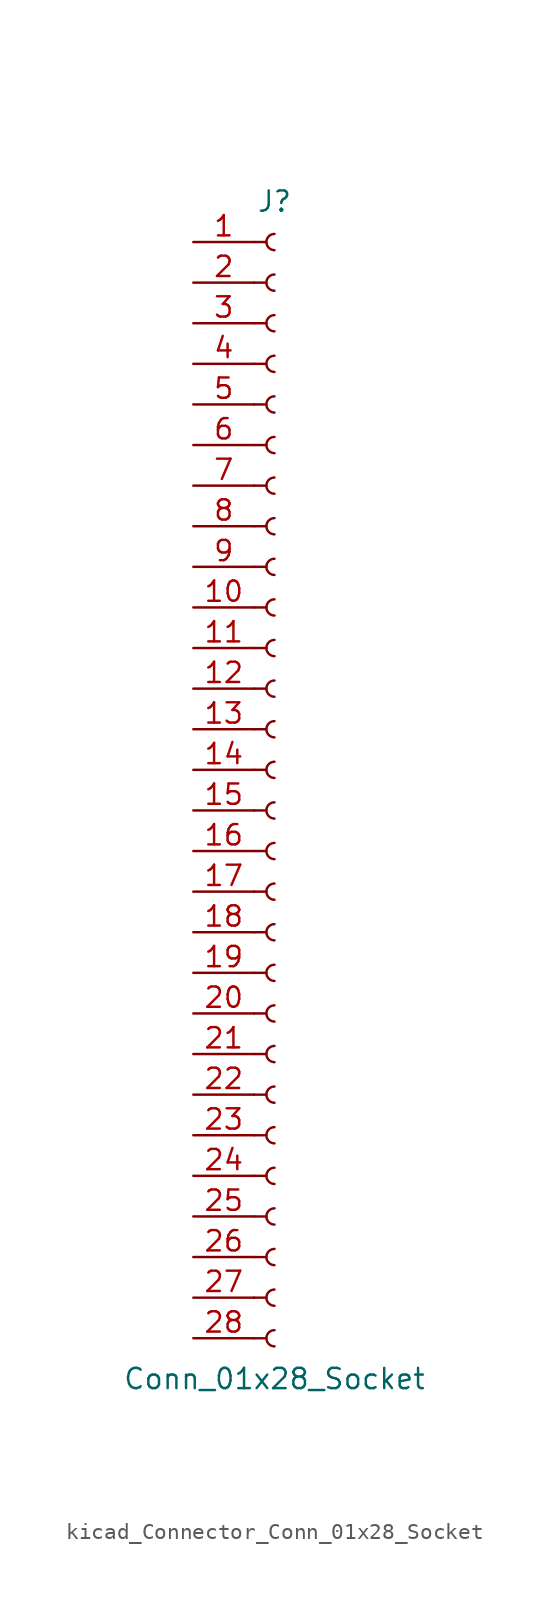
<source format=kicad_sym>
(kicad_symbol_lib
  (version 20220914)
  (generator kicad_symbol_editor)
  (symbol "kicad_Connector_Conn_01x28_Socket"
    (pin_names
      (offset 1.016) hide)
    (property "Reference" "J"
      (at 0 35.56 0)
      (effects (font (size 1.27 1.27))))
    (property "Value" "Conn_01x28_Socket"
      (at 0 -38.1 0)
      (effects (font (size 1.27 1.27))))
    (property "ki_locked" ""
      (at 0 0 0)
      (effects (font (size 1.27 1.27))))
    (symbol "kicad_Connector_Conn_01x28_Socket_1_1"
      (arc (start 0 -35.052) (mid -0.5058 -35.56) (end 0 -36.068) (stroke (width 0.1524) (type default)) (fill (type none)))
      (arc (start 0 -32.512) (mid -0.5058 -33.02) (end 0 -33.528) (stroke (width 0.1524) (type default)) (fill (type none)))
      (arc (start 0 -29.972) (mid -0.5058 -30.48) (end 0 -30.988) (stroke (width 0.1524) (type default)) (fill (type none)))
      (arc (start 0 -27.432) (mid -0.5058 -27.94) (end 0 -28.448) (stroke (width 0.1524) (type default)) (fill (type none)))
      (arc (start 0 -24.892) (mid -0.5058 -25.4) (end 0 -25.908) (stroke (width 0.1524) (type default)) (fill (type none)))
      (arc (start 0 -22.352) (mid -0.5058 -22.86) (end 0 -23.368) (stroke (width 0.1524) (type default)) (fill (type none)))
      (arc (start 0 -19.812) (mid -0.5058 -20.32) (end 0 -20.828) (stroke (width 0.1524) (type default)) (fill (type none)))
      (arc (start 0 -17.272) (mid -0.5058 -17.78) (end 0 -18.288) (stroke (width 0.1524) (type default)) (fill (type none)))
      (arc (start 0 -14.732) (mid -0.5058 -15.24) (end 0 -15.748) (stroke (width 0.1524) (type default)) (fill (type none)))
      (arc (start 0 -12.192) (mid -0.5058 -12.7) (end 0 -13.208) (stroke (width 0.1524) (type default)) (fill (type none)))
      (arc (start 0 -9.652) (mid -0.5058 -10.16) (end 0 -10.668) (stroke (width 0.1524) (type default)) (fill (type none)))
      (arc (start 0 -7.112) (mid -0.5058 -7.62) (end 0 -8.128) (stroke (width 0.1524) (type default)) (fill (type none)))
      (arc (start 0 -4.572) (mid -0.5058 -5.08) (end 0 -5.588) (stroke (width 0.1524) (type default)) (fill (type none)))
      (arc (start 0 -2.032) (mid -0.5058 -2.54) (end 0 -3.048) (stroke (width 0.1524) (type default)) (fill (type none)))
      (polyline (pts (xy -1.27 -35.56) (xy -0.508 -35.56)) (stroke (width 0.152) (type default)) (fill (type none)))
      (polyline (pts (xy -1.27 -33.02) (xy -0.508 -33.02)) (stroke (width 0.152) (type default)) (fill (type none)))
      (polyline (pts (xy -1.27 -30.48) (xy -0.508 -30.48)) (stroke (width 0.152) (type default)) (fill (type none)))
      (polyline (pts (xy -1.27 -27.94) (xy -0.508 -27.94)) (stroke (width 0.152) (type default)) (fill (type none)))
      (polyline (pts (xy -1.27 -25.4) (xy -0.508 -25.4)) (stroke (width 0.152) (type default)) (fill (type none)))
      (polyline (pts (xy -1.27 -22.86) (xy -0.508 -22.86)) (stroke (width 0.152) (type default)) (fill (type none)))
      (polyline (pts (xy -1.27 -20.32) (xy -0.508 -20.32)) (stroke (width 0.152) (type default)) (fill (type none)))
      (polyline (pts (xy -1.27 -17.78) (xy -0.508 -17.78)) (stroke (width 0.152) (type default)) (fill (type none)))
      (polyline (pts (xy -1.27 -15.24) (xy -0.508 -15.24)) (stroke (width 0.152) (type default)) (fill (type none)))
      (polyline (pts (xy -1.27 -12.7) (xy -0.508 -12.7)) (stroke (width 0.152) (type default)) (fill (type none)))
      (polyline (pts (xy -1.27 -10.16) (xy -0.508 -10.16)) (stroke (width 0.152) (type default)) (fill (type none)))
      (polyline (pts (xy -1.27 -7.62) (xy -0.508 -7.62)) (stroke (width 0.152) (type default)) (fill (type none)))
      (polyline (pts (xy -1.27 -5.08) (xy -0.508 -5.08)) (stroke (width 0.152) (type default)) (fill (type none)))
      (polyline (pts (xy -1.27 -2.54) (xy -0.508 -2.54)) (stroke (width 0.152) (type default)) (fill (type none)))
      (polyline (pts (xy -1.27 0) (xy -0.508 0)) (stroke (width 0.152) (type default)) (fill (type none)))
      (polyline (pts (xy -1.27 2.54) (xy -0.508 2.54)) (stroke (width 0.152) (type default)) (fill (type none)))
      (polyline (pts (xy -1.27 5.08) (xy -0.508 5.08)) (stroke (width 0.152) (type default)) (fill (type none)))
      (polyline (pts (xy -1.27 7.62) (xy -0.508 7.62)) (stroke (width 0.152) (type default)) (fill (type none)))
      (polyline (pts (xy -1.27 10.16) (xy -0.508 10.16)) (stroke (width 0.152) (type default)) (fill (type none)))
      (polyline (pts (xy -1.27 12.7) (xy -0.508 12.7)) (stroke (width 0.152) (type default)) (fill (type none)))
      (polyline (pts (xy -1.27 15.24) (xy -0.508 15.24)) (stroke (width 0.152) (type default)) (fill (type none)))
      (polyline (pts (xy -1.27 17.78) (xy -0.508 17.78)) (stroke (width 0.152) (type default)) (fill (type none)))
      (polyline (pts (xy -1.27 20.32) (xy -0.508 20.32)) (stroke (width 0.152) (type default)) (fill (type none)))
      (polyline (pts (xy -1.27 22.86) (xy -0.508 22.86)) (stroke (width 0.152) (type default)) (fill (type none)))
      (polyline (pts (xy -1.27 25.4) (xy -0.508 25.4)) (stroke (width 0.152) (type default)) (fill (type none)))
      (polyline (pts (xy -1.27 27.94) (xy -0.508 27.94)) (stroke (width 0.152) (type default)) (fill (type none)))
      (polyline (pts (xy -1.27 30.48) (xy -0.508 30.48)) (stroke (width 0.152) (type default)) (fill (type none)))
      (polyline (pts (xy -1.27 33.02) (xy -0.508 33.02)) (stroke (width 0.152) (type default)) (fill (type none)))
      (arc (start 0 0.508) (mid -0.5058 0) (end 0 -0.508) (stroke (width 0.1524) (type default)) (fill (type none)))
      (arc (start 0 3.048) (mid -0.5058 2.54) (end 0 2.032) (stroke (width 0.1524) (type default)) (fill (type none)))
      (arc (start 0 5.588) (mid -0.5058 5.08) (end 0 4.572) (stroke (width 0.1524) (type default)) (fill (type none)))
      (arc (start 0 8.128) (mid -0.5058 7.62) (end 0 7.112) (stroke (width 0.1524) (type default)) (fill (type none)))
      (arc (start 0 10.668) (mid -0.5058 10.16) (end 0 9.652) (stroke (width 0.1524) (type default)) (fill (type none)))
      (arc (start 0 13.208) (mid -0.5058 12.7) (end 0 12.192) (stroke (width 0.1524) (type default)) (fill (type none)))
      (arc (start 0 15.748) (mid -0.5058 15.24) (end 0 14.732) (stroke (width 0.1524) (type default)) (fill (type none)))
      (arc (start 0 18.288) (mid -0.5058 17.78) (end 0 17.272) (stroke (width 0.1524) (type default)) (fill (type none)))
      (arc (start 0 20.828) (mid -0.5058 20.32) (end 0 19.812) (stroke (width 0.1524) (type default)) (fill (type none)))
      (arc (start 0 23.368) (mid -0.5058 22.86) (end 0 22.352) (stroke (width 0.1524) (type default)) (fill (type none)))
      (arc (start 0 25.908) (mid -0.5058 25.4) (end 0 24.892) (stroke (width 0.1524) (type default)) (fill (type none)))
      (arc (start 0 28.448) (mid -0.5058 27.94) (end 0 27.432) (stroke (width 0.1524) (type default)) (fill (type none)))
      (arc (start 0 30.988) (mid -0.5058 30.48) (end 0 29.972) (stroke (width 0.1524) (type default)) (fill (type none)))
      (arc (start 0 33.528) (mid -0.5058 33.02) (end 0 32.512) (stroke (width 0.1524) (type default)) (fill (type none)))
      (pin passive line (at -5.08 33.02 0) (length 3.81) (name "Pin_1" (effects (font (size 1.27 1.27)))) (number "1" (effects (font (size 1.27 1.27)))))
      (pin passive line (at -5.08 10.16 0) (length 3.81) (name "Pin_10" (effects (font (size 1.27 1.27)))) (number "10" (effects (font (size 1.27 1.27)))))
      (pin passive line (at -5.08 7.62 0) (length 3.81) (name "Pin_11" (effects (font (size 1.27 1.27)))) (number "11" (effects (font (size 1.27 1.27)))))
      (pin passive line (at -5.08 5.08 0) (length 3.81) (name "Pin_12" (effects (font (size 1.27 1.27)))) (number "12" (effects (font (size 1.27 1.27)))))
      (pin passive line (at -5.08 2.54 0) (length 3.81) (name "Pin_13" (effects (font (size 1.27 1.27)))) (number "13" (effects (font (size 1.27 1.27)))))
      (pin passive line (at -5.08 0 0) (length 3.81) (name "Pin_14" (effects (font (size 1.27 1.27)))) (number "14" (effects (font (size 1.27 1.27)))))
      (pin passive line (at -5.08 -2.54 0) (length 3.81) (name "Pin_15" (effects (font (size 1.27 1.27)))) (number "15" (effects (font (size 1.27 1.27)))))
      (pin passive line (at -5.08 -5.08 0) (length 3.81) (name "Pin_16" (effects (font (size 1.27 1.27)))) (number "16" (effects (font (size 1.27 1.27)))))
      (pin passive line (at -5.08 -7.62 0) (length 3.81) (name "Pin_17" (effects (font (size 1.27 1.27)))) (number "17" (effects (font (size 1.27 1.27)))))
      (pin passive line (at -5.08 -10.16 0) (length 3.81) (name "Pin_18" (effects (font (size 1.27 1.27)))) (number "18" (effects (font (size 1.27 1.27)))))
      (pin passive line (at -5.08 -12.7 0) (length 3.81) (name "Pin_19" (effects (font (size 1.27 1.27)))) (number "19" (effects (font (size 1.27 1.27)))))
      (pin passive line (at -5.08 30.48 0) (length 3.81) (name "Pin_2" (effects (font (size 1.27 1.27)))) (number "2" (effects (font (size 1.27 1.27)))))
      (pin passive line (at -5.08 -15.24 0) (length 3.81) (name "Pin_20" (effects (font (size 1.27 1.27)))) (number "20" (effects (font (size 1.27 1.27)))))
      (pin passive line (at -5.08 -17.78 0) (length 3.81) (name "Pin_21" (effects (font (size 1.27 1.27)))) (number "21" (effects (font (size 1.27 1.27)))))
      (pin passive line (at -5.08 -20.32 0) (length 3.81) (name "Pin_22" (effects (font (size 1.27 1.27)))) (number "22" (effects (font (size 1.27 1.27)))))
      (pin passive line (at -5.08 -22.86 0) (length 3.81) (name "Pin_23" (effects (font (size 1.27 1.27)))) (number "23" (effects (font (size 1.27 1.27)))))
      (pin passive line (at -5.08 -25.4 0) (length 3.81) (name "Pin_24" (effects (font (size 1.27 1.27)))) (number "24" (effects (font (size 1.27 1.27)))))
      (pin passive line (at -5.08 -27.94 0) (length 3.81) (name "Pin_25" (effects (font (size 1.27 1.27)))) (number "25" (effects (font (size 1.27 1.27)))))
      (pin passive line (at -5.08 -30.48 0) (length 3.81) (name "Pin_26" (effects (font (size 1.27 1.27)))) (number "26" (effects (font (size 1.27 1.27)))))
      (pin passive line (at -5.08 -33.02 0) (length 3.81) (name "Pin_27" (effects (font (size 1.27 1.27)))) (number "27" (effects (font (size 1.27 1.27)))))
      (pin passive line (at -5.08 -35.56 0) (length 3.81) (name "Pin_28" (effects (font (size 1.27 1.27)))) (number "28" (effects (font (size 1.27 1.27)))))
      (pin passive line (at -5.08 27.94 0) (length 3.81) (name "Pin_3" (effects (font (size 1.27 1.27)))) (number "3" (effects (font (size 1.27 1.27)))))
      (pin passive line (at -5.08 25.4 0) (length 3.81) (name "Pin_4" (effects (font (size 1.27 1.27)))) (number "4" (effects (font (size 1.27 1.27)))))
      (pin passive line (at -5.08 22.86 0) (length 3.81) (name "Pin_5" (effects (font (size 1.27 1.27)))) (number "5" (effects (font (size 1.27 1.27)))))
      (pin passive line (at -5.08 20.32 0) (length 3.81) (name "Pin_6" (effects (font (size 1.27 1.27)))) (number "6" (effects (font (size 1.27 1.27)))))
      (pin passive line (at -5.08 17.78 0) (length 3.81) (name "Pin_7" (effects (font (size 1.27 1.27)))) (number "7" (effects (font (size 1.27 1.27)))))
      (pin passive line (at -5.08 15.24 0) (length 3.81) (name "Pin_8" (effects (font (size 1.27 1.27)))) (number "8" (effects (font (size 1.27 1.27)))))
      (pin passive line (at -5.08 12.7 0) (length 3.81) (name "Pin_9" (effects (font (size 1.27 1.27)))) (number "9" (effects (font (size 1.27 1.27))))))))
</source>
